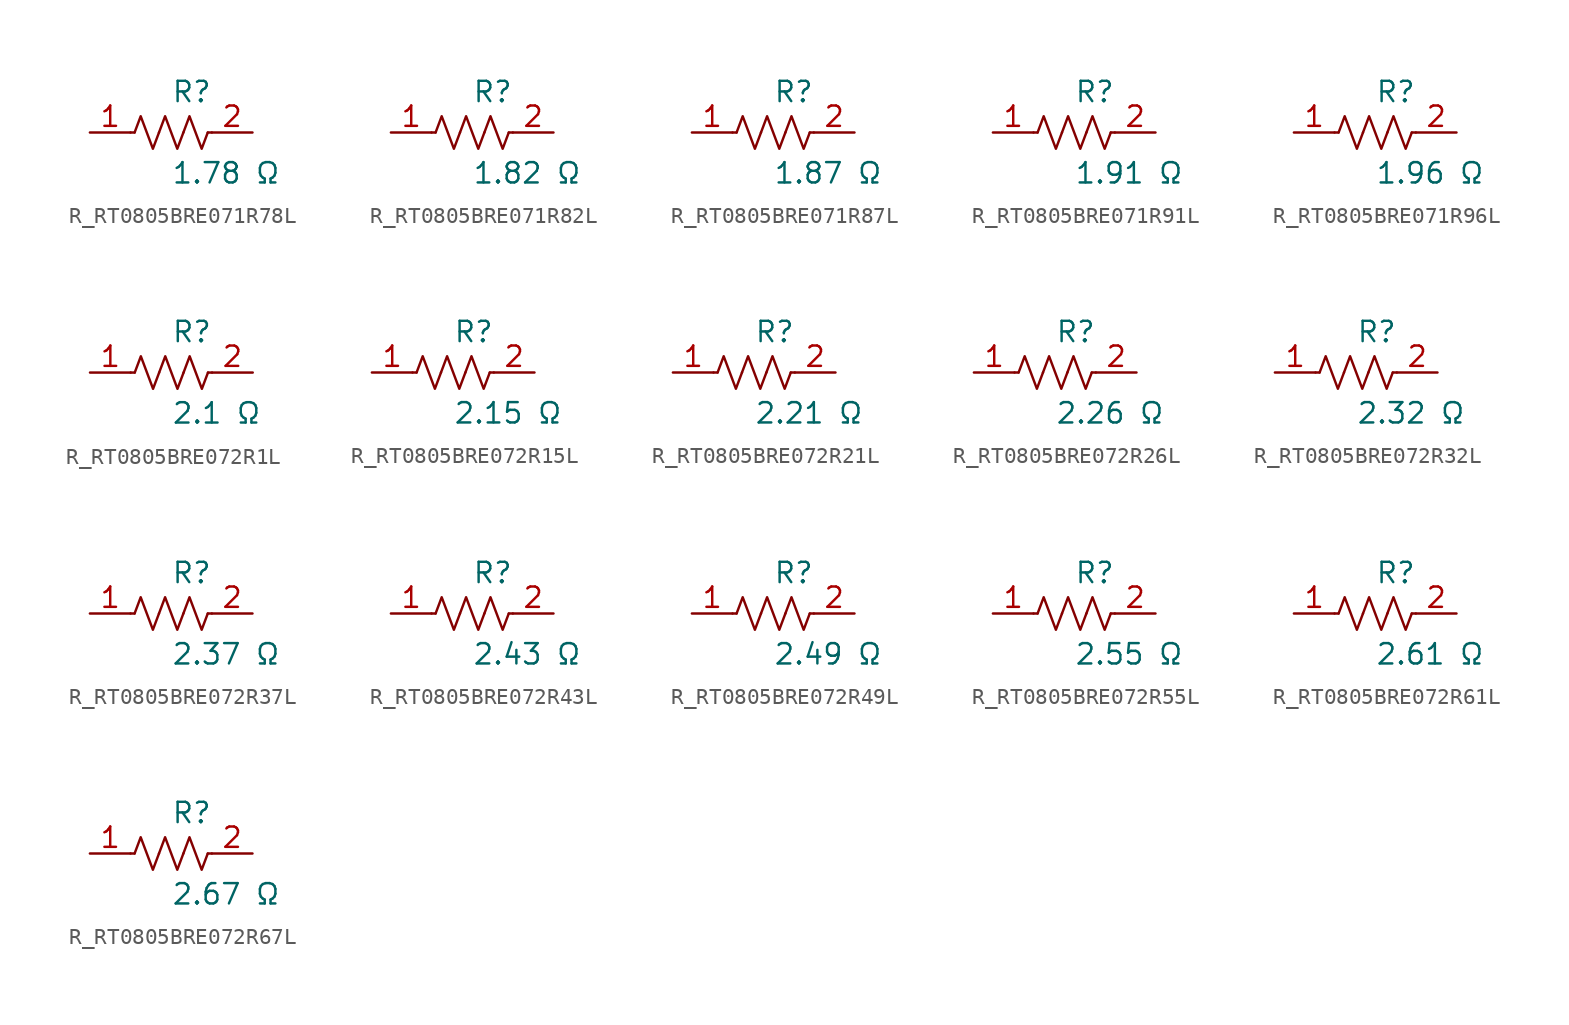
<source format=kicad_sym>
(kicad_symbol_lib
  (version 20231120)
  (generator kicad_symbol_editor)
  (generator_version 8.0)
  (symbol "R_RT0805BRE071R78L"
    (pin_names
      (offset 0.254))
    (property "Reference" "R"
      (at 0.0 2.54 0)
      (effects (font (size 1.27 1.27)) (justify left)))
    (property "Value" "1.78 Ω"
      (at 0.0 -2.54 0)
      (effects (font (size 1.27 1.27)) (justify left)))
    (symbol "R_RT0805BRE071R78L_0_1"
      (polyline (pts (xy 2.286 0) (xy 2.54 0)) (stroke (width 0) (type default)) (fill (type none)))
      (polyline (pts (xy -2.286 0) (xy -2.54 0)) (stroke (width 0) (type default)) (fill (type none)))
      (polyline (pts (xy 0.762 0) (xy 1.143 1.016) (xy 1.524 0) (xy 1.905 -1.016) (xy 2.286 0)) (stroke (width 0) (type default)) (fill (type none)))
      (polyline (pts (xy -0.762 0) (xy -0.381 1.016) (xy 0 0) (xy 0.381 -1.016) (xy 0.762 0)) (stroke (width 0) (type default)) (fill (type none)))
      (polyline (pts (xy -2.286 0) (xy -1.905 1.016) (xy -1.524 0) (xy -1.143 -1.016) (xy -0.762 0)) (stroke (width 0) (type default)) (fill (type none))))
    (pin unspecified line
      (at -5.08 0 0)
      (length 2.54)
      (name "" (effects (font (size 1.27 1.27))))
      (number "1" (effects (font (size 1.27 1.27)))))
    (pin unspecified line
      (at 5.08 0 180)
      (length 2.54)
      (name "" (effects (font (size 1.27 1.27))))
      (number "2" (effects (font (size 1.27 1.27))))))
  (symbol "R_RT0805BRE071R82L"
    (pin_names
      (offset 0.254))
    (property "Reference" "R"
      (at 0.0 2.54 0)
      (effects (font (size 1.27 1.27)) (justify left)))
    (property "Value" "1.82 Ω"
      (at 0.0 -2.54 0)
      (effects (font (size 1.27 1.27)) (justify left)))
    (symbol "R_RT0805BRE071R82L_0_1"
      (polyline (pts (xy 2.286 0) (xy 2.54 0)) (stroke (width 0) (type default)) (fill (type none)))
      (polyline (pts (xy -2.286 0) (xy -2.54 0)) (stroke (width 0) (type default)) (fill (type none)))
      (polyline (pts (xy 0.762 0) (xy 1.143 1.016) (xy 1.524 0) (xy 1.905 -1.016) (xy 2.286 0)) (stroke (width 0) (type default)) (fill (type none)))
      (polyline (pts (xy -0.762 0) (xy -0.381 1.016) (xy 0 0) (xy 0.381 -1.016) (xy 0.762 0)) (stroke (width 0) (type default)) (fill (type none)))
      (polyline (pts (xy -2.286 0) (xy -1.905 1.016) (xy -1.524 0) (xy -1.143 -1.016) (xy -0.762 0)) (stroke (width 0) (type default)) (fill (type none))))
    (pin unspecified line
      (at -5.08 0 0)
      (length 2.54)
      (name "" (effects (font (size 1.27 1.27))))
      (number "1" (effects (font (size 1.27 1.27)))))
    (pin unspecified line
      (at 5.08 0 180)
      (length 2.54)
      (name "" (effects (font (size 1.27 1.27))))
      (number "2" (effects (font (size 1.27 1.27))))))
  (symbol "R_RT0805BRE071R87L"
    (pin_names
      (offset 0.254))
    (property "Reference" "R"
      (at 0.0 2.54 0)
      (effects (font (size 1.27 1.27)) (justify left)))
    (property "Value" "1.87 Ω"
      (at 0.0 -2.54 0)
      (effects (font (size 1.27 1.27)) (justify left)))
    (symbol "R_RT0805BRE071R87L_0_1"
      (polyline (pts (xy 2.286 0) (xy 2.54 0)) (stroke (width 0) (type default)) (fill (type none)))
      (polyline (pts (xy -2.286 0) (xy -2.54 0)) (stroke (width 0) (type default)) (fill (type none)))
      (polyline (pts (xy 0.762 0) (xy 1.143 1.016) (xy 1.524 0) (xy 1.905 -1.016) (xy 2.286 0)) (stroke (width 0) (type default)) (fill (type none)))
      (polyline (pts (xy -0.762 0) (xy -0.381 1.016) (xy 0 0) (xy 0.381 -1.016) (xy 0.762 0)) (stroke (width 0) (type default)) (fill (type none)))
      (polyline (pts (xy -2.286 0) (xy -1.905 1.016) (xy -1.524 0) (xy -1.143 -1.016) (xy -0.762 0)) (stroke (width 0) (type default)) (fill (type none))))
    (pin unspecified line
      (at -5.08 0 0)
      (length 2.54)
      (name "" (effects (font (size 1.27 1.27))))
      (number "1" (effects (font (size 1.27 1.27)))))
    (pin unspecified line
      (at 5.08 0 180)
      (length 2.54)
      (name "" (effects (font (size 1.27 1.27))))
      (number "2" (effects (font (size 1.27 1.27))))))
  (symbol "R_RT0805BRE071R91L"
    (pin_names
      (offset 0.254))
    (property "Reference" "R"
      (at 0.0 2.54 0)
      (effects (font (size 1.27 1.27)) (justify left)))
    (property "Value" "1.91 Ω"
      (at 0.0 -2.54 0)
      (effects (font (size 1.27 1.27)) (justify left)))
    (symbol "R_RT0805BRE071R91L_0_1"
      (polyline (pts (xy 2.286 0) (xy 2.54 0)) (stroke (width 0) (type default)) (fill (type none)))
      (polyline (pts (xy -2.286 0) (xy -2.54 0)) (stroke (width 0) (type default)) (fill (type none)))
      (polyline (pts (xy 0.762 0) (xy 1.143 1.016) (xy 1.524 0) (xy 1.905 -1.016) (xy 2.286 0)) (stroke (width 0) (type default)) (fill (type none)))
      (polyline (pts (xy -0.762 0) (xy -0.381 1.016) (xy 0 0) (xy 0.381 -1.016) (xy 0.762 0)) (stroke (width 0) (type default)) (fill (type none)))
      (polyline (pts (xy -2.286 0) (xy -1.905 1.016) (xy -1.524 0) (xy -1.143 -1.016) (xy -0.762 0)) (stroke (width 0) (type default)) (fill (type none))))
    (pin unspecified line
      (at -5.08 0 0)
      (length 2.54)
      (name "" (effects (font (size 1.27 1.27))))
      (number "1" (effects (font (size 1.27 1.27)))))
    (pin unspecified line
      (at 5.08 0 180)
      (length 2.54)
      (name "" (effects (font (size 1.27 1.27))))
      (number "2" (effects (font (size 1.27 1.27))))))
  (symbol "R_RT0805BRE071R96L"
    (pin_names
      (offset 0.254))
    (property "Reference" "R"
      (at 0.0 2.54 0)
      (effects (font (size 1.27 1.27)) (justify left)))
    (property "Value" "1.96 Ω"
      (at 0.0 -2.54 0)
      (effects (font (size 1.27 1.27)) (justify left)))
    (symbol "R_RT0805BRE071R96L_0_1"
      (polyline (pts (xy 2.286 0) (xy 2.54 0)) (stroke (width 0) (type default)) (fill (type none)))
      (polyline (pts (xy -2.286 0) (xy -2.54 0)) (stroke (width 0) (type default)) (fill (type none)))
      (polyline (pts (xy 0.762 0) (xy 1.143 1.016) (xy 1.524 0) (xy 1.905 -1.016) (xy 2.286 0)) (stroke (width 0) (type default)) (fill (type none)))
      (polyline (pts (xy -0.762 0) (xy -0.381 1.016) (xy 0 0) (xy 0.381 -1.016) (xy 0.762 0)) (stroke (width 0) (type default)) (fill (type none)))
      (polyline (pts (xy -2.286 0) (xy -1.905 1.016) (xy -1.524 0) (xy -1.143 -1.016) (xy -0.762 0)) (stroke (width 0) (type default)) (fill (type none))))
    (pin unspecified line
      (at -5.08 0 0)
      (length 2.54)
      (name "" (effects (font (size 1.27 1.27))))
      (number "1" (effects (font (size 1.27 1.27)))))
    (pin unspecified line
      (at 5.08 0 180)
      (length 2.54)
      (name "" (effects (font (size 1.27 1.27))))
      (number "2" (effects (font (size 1.27 1.27))))))
  (symbol "R_RT0805BRE072R1L"
    (pin_names
      (offset 0.254))
    (property "Reference" "R"
      (at 0.0 2.54 0)
      (effects (font (size 1.27 1.27)) (justify left)))
    (property "Value" "2.1 Ω"
      (at 0.0 -2.54 0)
      (effects (font (size 1.27 1.27)) (justify left)))
    (symbol "R_RT0805BRE072R1L_0_1"
      (polyline (pts (xy 2.286 0) (xy 2.54 0)) (stroke (width 0) (type default)) (fill (type none)))
      (polyline (pts (xy -2.286 0) (xy -2.54 0)) (stroke (width 0) (type default)) (fill (type none)))
      (polyline (pts (xy 0.762 0) (xy 1.143 1.016) (xy 1.524 0) (xy 1.905 -1.016) (xy 2.286 0)) (stroke (width 0) (type default)) (fill (type none)))
      (polyline (pts (xy -0.762 0) (xy -0.381 1.016) (xy 0 0) (xy 0.381 -1.016) (xy 0.762 0)) (stroke (width 0) (type default)) (fill (type none)))
      (polyline (pts (xy -2.286 0) (xy -1.905 1.016) (xy -1.524 0) (xy -1.143 -1.016) (xy -0.762 0)) (stroke (width 0) (type default)) (fill (type none))))
    (pin unspecified line
      (at -5.08 0 0)
      (length 2.54)
      (name "" (effects (font (size 1.27 1.27))))
      (number "1" (effects (font (size 1.27 1.27)))))
    (pin unspecified line
      (at 5.08 0 180)
      (length 2.54)
      (name "" (effects (font (size 1.27 1.27))))
      (number "2" (effects (font (size 1.27 1.27))))))
  (symbol "R_RT0805BRE072R15L"
    (pin_names
      (offset 0.254))
    (property "Reference" "R"
      (at 0.0 2.54 0)
      (effects (font (size 1.27 1.27)) (justify left)))
    (property "Value" "2.15 Ω"
      (at 0.0 -2.54 0)
      (effects (font (size 1.27 1.27)) (justify left)))
    (symbol "R_RT0805BRE072R15L_0_1"
      (polyline (pts (xy 2.286 0) (xy 2.54 0)) (stroke (width 0) (type default)) (fill (type none)))
      (polyline (pts (xy -2.286 0) (xy -2.54 0)) (stroke (width 0) (type default)) (fill (type none)))
      (polyline (pts (xy 0.762 0) (xy 1.143 1.016) (xy 1.524 0) (xy 1.905 -1.016) (xy 2.286 0)) (stroke (width 0) (type default)) (fill (type none)))
      (polyline (pts (xy -0.762 0) (xy -0.381 1.016) (xy 0 0) (xy 0.381 -1.016) (xy 0.762 0)) (stroke (width 0) (type default)) (fill (type none)))
      (polyline (pts (xy -2.286 0) (xy -1.905 1.016) (xy -1.524 0) (xy -1.143 -1.016) (xy -0.762 0)) (stroke (width 0) (type default)) (fill (type none))))
    (pin unspecified line
      (at -5.08 0 0)
      (length 2.54)
      (name "" (effects (font (size 1.27 1.27))))
      (number "1" (effects (font (size 1.27 1.27)))))
    (pin unspecified line
      (at 5.08 0 180)
      (length 2.54)
      (name "" (effects (font (size 1.27 1.27))))
      (number "2" (effects (font (size 1.27 1.27))))))
  (symbol "R_RT0805BRE072R21L"
    (pin_names
      (offset 0.254))
    (property "Reference" "R"
      (at 0.0 2.54 0)
      (effects (font (size 1.27 1.27)) (justify left)))
    (property "Value" "2.21 Ω"
      (at 0.0 -2.54 0)
      (effects (font (size 1.27 1.27)) (justify left)))
    (symbol "R_RT0805BRE072R21L_0_1"
      (polyline (pts (xy 2.286 0) (xy 2.54 0)) (stroke (width 0) (type default)) (fill (type none)))
      (polyline (pts (xy -2.286 0) (xy -2.54 0)) (stroke (width 0) (type default)) (fill (type none)))
      (polyline (pts (xy 0.762 0) (xy 1.143 1.016) (xy 1.524 0) (xy 1.905 -1.016) (xy 2.286 0)) (stroke (width 0) (type default)) (fill (type none)))
      (polyline (pts (xy -0.762 0) (xy -0.381 1.016) (xy 0 0) (xy 0.381 -1.016) (xy 0.762 0)) (stroke (width 0) (type default)) (fill (type none)))
      (polyline (pts (xy -2.286 0) (xy -1.905 1.016) (xy -1.524 0) (xy -1.143 -1.016) (xy -0.762 0)) (stroke (width 0) (type default)) (fill (type none))))
    (pin unspecified line
      (at -5.08 0 0)
      (length 2.54)
      (name "" (effects (font (size 1.27 1.27))))
      (number "1" (effects (font (size 1.27 1.27)))))
    (pin unspecified line
      (at 5.08 0 180)
      (length 2.54)
      (name "" (effects (font (size 1.27 1.27))))
      (number "2" (effects (font (size 1.27 1.27))))))
  (symbol "R_RT0805BRE072R26L"
    (pin_names
      (offset 0.254))
    (property "Reference" "R"
      (at 0.0 2.54 0)
      (effects (font (size 1.27 1.27)) (justify left)))
    (property "Value" "2.26 Ω"
      (at 0.0 -2.54 0)
      (effects (font (size 1.27 1.27)) (justify left)))
    (symbol "R_RT0805BRE072R26L_0_1"
      (polyline (pts (xy 2.286 0) (xy 2.54 0)) (stroke (width 0) (type default)) (fill (type none)))
      (polyline (pts (xy -2.286 0) (xy -2.54 0)) (stroke (width 0) (type default)) (fill (type none)))
      (polyline (pts (xy 0.762 0) (xy 1.143 1.016) (xy 1.524 0) (xy 1.905 -1.016) (xy 2.286 0)) (stroke (width 0) (type default)) (fill (type none)))
      (polyline (pts (xy -0.762 0) (xy -0.381 1.016) (xy 0 0) (xy 0.381 -1.016) (xy 0.762 0)) (stroke (width 0) (type default)) (fill (type none)))
      (polyline (pts (xy -2.286 0) (xy -1.905 1.016) (xy -1.524 0) (xy -1.143 -1.016) (xy -0.762 0)) (stroke (width 0) (type default)) (fill (type none))))
    (pin unspecified line
      (at -5.08 0 0)
      (length 2.54)
      (name "" (effects (font (size 1.27 1.27))))
      (number "1" (effects (font (size 1.27 1.27)))))
    (pin unspecified line
      (at 5.08 0 180)
      (length 2.54)
      (name "" (effects (font (size 1.27 1.27))))
      (number "2" (effects (font (size 1.27 1.27))))))
  (symbol "R_RT0805BRE072R32L"
    (pin_names
      (offset 0.254))
    (property "Reference" "R"
      (at 0.0 2.54 0)
      (effects (font (size 1.27 1.27)) (justify left)))
    (property "Value" "2.32 Ω"
      (at 0.0 -2.54 0)
      (effects (font (size 1.27 1.27)) (justify left)))
    (symbol "R_RT0805BRE072R32L_0_1"
      (polyline (pts (xy 2.286 0) (xy 2.54 0)) (stroke (width 0) (type default)) (fill (type none)))
      (polyline (pts (xy -2.286 0) (xy -2.54 0)) (stroke (width 0) (type default)) (fill (type none)))
      (polyline (pts (xy 0.762 0) (xy 1.143 1.016) (xy 1.524 0) (xy 1.905 -1.016) (xy 2.286 0)) (stroke (width 0) (type default)) (fill (type none)))
      (polyline (pts (xy -0.762 0) (xy -0.381 1.016) (xy 0 0) (xy 0.381 -1.016) (xy 0.762 0)) (stroke (width 0) (type default)) (fill (type none)))
      (polyline (pts (xy -2.286 0) (xy -1.905 1.016) (xy -1.524 0) (xy -1.143 -1.016) (xy -0.762 0)) (stroke (width 0) (type default)) (fill (type none))))
    (pin unspecified line
      (at -5.08 0 0)
      (length 2.54)
      (name "" (effects (font (size 1.27 1.27))))
      (number "1" (effects (font (size 1.27 1.27)))))
    (pin unspecified line
      (at 5.08 0 180)
      (length 2.54)
      (name "" (effects (font (size 1.27 1.27))))
      (number "2" (effects (font (size 1.27 1.27))))))
  (symbol "R_RT0805BRE072R37L"
    (pin_names
      (offset 0.254))
    (property "Reference" "R"
      (at 0.0 2.54 0)
      (effects (font (size 1.27 1.27)) (justify left)))
    (property "Value" "2.37 Ω"
      (at 0.0 -2.54 0)
      (effects (font (size 1.27 1.27)) (justify left)))
    (symbol "R_RT0805BRE072R37L_0_1"
      (polyline (pts (xy 2.286 0) (xy 2.54 0)) (stroke (width 0) (type default)) (fill (type none)))
      (polyline (pts (xy -2.286 0) (xy -2.54 0)) (stroke (width 0) (type default)) (fill (type none)))
      (polyline (pts (xy 0.762 0) (xy 1.143 1.016) (xy 1.524 0) (xy 1.905 -1.016) (xy 2.286 0)) (stroke (width 0) (type default)) (fill (type none)))
      (polyline (pts (xy -0.762 0) (xy -0.381 1.016) (xy 0 0) (xy 0.381 -1.016) (xy 0.762 0)) (stroke (width 0) (type default)) (fill (type none)))
      (polyline (pts (xy -2.286 0) (xy -1.905 1.016) (xy -1.524 0) (xy -1.143 -1.016) (xy -0.762 0)) (stroke (width 0) (type default)) (fill (type none))))
    (pin unspecified line
      (at -5.08 0 0)
      (length 2.54)
      (name "" (effects (font (size 1.27 1.27))))
      (number "1" (effects (font (size 1.27 1.27)))))
    (pin unspecified line
      (at 5.08 0 180)
      (length 2.54)
      (name "" (effects (font (size 1.27 1.27))))
      (number "2" (effects (font (size 1.27 1.27))))))
  (symbol "R_RT0805BRE072R43L"
    (pin_names
      (offset 0.254))
    (property "Reference" "R"
      (at 0.0 2.54 0)
      (effects (font (size 1.27 1.27)) (justify left)))
    (property "Value" "2.43 Ω"
      (at 0.0 -2.54 0)
      (effects (font (size 1.27 1.27)) (justify left)))
    (symbol "R_RT0805BRE072R43L_0_1"
      (polyline (pts (xy 2.286 0) (xy 2.54 0)) (stroke (width 0) (type default)) (fill (type none)))
      (polyline (pts (xy -2.286 0) (xy -2.54 0)) (stroke (width 0) (type default)) (fill (type none)))
      (polyline (pts (xy 0.762 0) (xy 1.143 1.016) (xy 1.524 0) (xy 1.905 -1.016) (xy 2.286 0)) (stroke (width 0) (type default)) (fill (type none)))
      (polyline (pts (xy -0.762 0) (xy -0.381 1.016) (xy 0 0) (xy 0.381 -1.016) (xy 0.762 0)) (stroke (width 0) (type default)) (fill (type none)))
      (polyline (pts (xy -2.286 0) (xy -1.905 1.016) (xy -1.524 0) (xy -1.143 -1.016) (xy -0.762 0)) (stroke (width 0) (type default)) (fill (type none))))
    (pin unspecified line
      (at -5.08 0 0)
      (length 2.54)
      (name "" (effects (font (size 1.27 1.27))))
      (number "1" (effects (font (size 1.27 1.27)))))
    (pin unspecified line
      (at 5.08 0 180)
      (length 2.54)
      (name "" (effects (font (size 1.27 1.27))))
      (number "2" (effects (font (size 1.27 1.27))))))
  (symbol "R_RT0805BRE072R49L"
    (pin_names
      (offset 0.254))
    (property "Reference" "R"
      (at 0.0 2.54 0)
      (effects (font (size 1.27 1.27)) (justify left)))
    (property "Value" "2.49 Ω"
      (at 0.0 -2.54 0)
      (effects (font (size 1.27 1.27)) (justify left)))
    (symbol "R_RT0805BRE072R49L_0_1"
      (polyline (pts (xy 2.286 0) (xy 2.54 0)) (stroke (width 0) (type default)) (fill (type none)))
      (polyline (pts (xy -2.286 0) (xy -2.54 0)) (stroke (width 0) (type default)) (fill (type none)))
      (polyline (pts (xy 0.762 0) (xy 1.143 1.016) (xy 1.524 0) (xy 1.905 -1.016) (xy 2.286 0)) (stroke (width 0) (type default)) (fill (type none)))
      (polyline (pts (xy -0.762 0) (xy -0.381 1.016) (xy 0 0) (xy 0.381 -1.016) (xy 0.762 0)) (stroke (width 0) (type default)) (fill (type none)))
      (polyline (pts (xy -2.286 0) (xy -1.905 1.016) (xy -1.524 0) (xy -1.143 -1.016) (xy -0.762 0)) (stroke (width 0) (type default)) (fill (type none))))
    (pin unspecified line
      (at -5.08 0 0)
      (length 2.54)
      (name "" (effects (font (size 1.27 1.27))))
      (number "1" (effects (font (size 1.27 1.27)))))
    (pin unspecified line
      (at 5.08 0 180)
      (length 2.54)
      (name "" (effects (font (size 1.27 1.27))))
      (number "2" (effects (font (size 1.27 1.27))))))
  (symbol "R_RT0805BRE072R55L"
    (pin_names
      (offset 0.254))
    (property "Reference" "R"
      (at 0.0 2.54 0)
      (effects (font (size 1.27 1.27)) (justify left)))
    (property "Value" "2.55 Ω"
      (at 0.0 -2.54 0)
      (effects (font (size 1.27 1.27)) (justify left)))
    (symbol "R_RT0805BRE072R55L_0_1"
      (polyline (pts (xy 2.286 0) (xy 2.54 0)) (stroke (width 0) (type default)) (fill (type none)))
      (polyline (pts (xy -2.286 0) (xy -2.54 0)) (stroke (width 0) (type default)) (fill (type none)))
      (polyline (pts (xy 0.762 0) (xy 1.143 1.016) (xy 1.524 0) (xy 1.905 -1.016) (xy 2.286 0)) (stroke (width 0) (type default)) (fill (type none)))
      (polyline (pts (xy -0.762 0) (xy -0.381 1.016) (xy 0 0) (xy 0.381 -1.016) (xy 0.762 0)) (stroke (width 0) (type default)) (fill (type none)))
      (polyline (pts (xy -2.286 0) (xy -1.905 1.016) (xy -1.524 0) (xy -1.143 -1.016) (xy -0.762 0)) (stroke (width 0) (type default)) (fill (type none))))
    (pin unspecified line
      (at -5.08 0 0)
      (length 2.54)
      (name "" (effects (font (size 1.27 1.27))))
      (number "1" (effects (font (size 1.27 1.27)))))
    (pin unspecified line
      (at 5.08 0 180)
      (length 2.54)
      (name "" (effects (font (size 1.27 1.27))))
      (number "2" (effects (font (size 1.27 1.27))))))
  (symbol "R_RT0805BRE072R61L"
    (pin_names
      (offset 0.254))
    (property "Reference" "R"
      (at 0.0 2.54 0)
      (effects (font (size 1.27 1.27)) (justify left)))
    (property "Value" "2.61 Ω"
      (at 0.0 -2.54 0)
      (effects (font (size 1.27 1.27)) (justify left)))
    (symbol "R_RT0805BRE072R61L_0_1"
      (polyline (pts (xy 2.286 0) (xy 2.54 0)) (stroke (width 0) (type default)) (fill (type none)))
      (polyline (pts (xy -2.286 0) (xy -2.54 0)) (stroke (width 0) (type default)) (fill (type none)))
      (polyline (pts (xy 0.762 0) (xy 1.143 1.016) (xy 1.524 0) (xy 1.905 -1.016) (xy 2.286 0)) (stroke (width 0) (type default)) (fill (type none)))
      (polyline (pts (xy -0.762 0) (xy -0.381 1.016) (xy 0 0) (xy 0.381 -1.016) (xy 0.762 0)) (stroke (width 0) (type default)) (fill (type none)))
      (polyline (pts (xy -2.286 0) (xy -1.905 1.016) (xy -1.524 0) (xy -1.143 -1.016) (xy -0.762 0)) (stroke (width 0) (type default)) (fill (type none))))
    (pin unspecified line
      (at -5.08 0 0)
      (length 2.54)
      (name "" (effects (font (size 1.27 1.27))))
      (number "1" (effects (font (size 1.27 1.27)))))
    (pin unspecified line
      (at 5.08 0 180)
      (length 2.54)
      (name "" (effects (font (size 1.27 1.27))))
      (number "2" (effects (font (size 1.27 1.27))))))
  (symbol "R_RT0805BRE072R67L"
    (pin_names
      (offset 0.254))
    (property "Reference" "R"
      (at 0.0 2.54 0)
      (effects (font (size 1.27 1.27)) (justify left)))
    (property "Value" "2.67 Ω"
      (at 0.0 -2.54 0)
      (effects (font (size 1.27 1.27)) (justify left)))
    (symbol "R_RT0805BRE072R67L_0_1"
      (polyline (pts (xy 2.286 0) (xy 2.54 0)) (stroke (width 0) (type default)) (fill (type none)))
      (polyline (pts (xy -2.286 0) (xy -2.54 0)) (stroke (width 0) (type default)) (fill (type none)))
      (polyline (pts (xy 0.762 0) (xy 1.143 1.016) (xy 1.524 0) (xy 1.905 -1.016) (xy 2.286 0)) (stroke (width 0) (type default)) (fill (type none)))
      (polyline (pts (xy -0.762 0) (xy -0.381 1.016) (xy 0 0) (xy 0.381 -1.016) (xy 0.762 0)) (stroke (width 0) (type default)) (fill (type none)))
      (polyline (pts (xy -2.286 0) (xy -1.905 1.016) (xy -1.524 0) (xy -1.143 -1.016) (xy -0.762 0)) (stroke (width 0) (type default)) (fill (type none))))
    (pin unspecified line
      (at -5.08 0 0)
      (length 2.54)
      (name "" (effects (font (size 1.27 1.27))))
      (number "1" (effects (font (size 1.27 1.27)))))
    (pin unspecified line
      (at 5.08 0 180)
      (length 2.54)
      (name "" (effects (font (size 1.27 1.27))))
      (number "2" (effects (font (size 1.27 1.27)))))))
</source>
